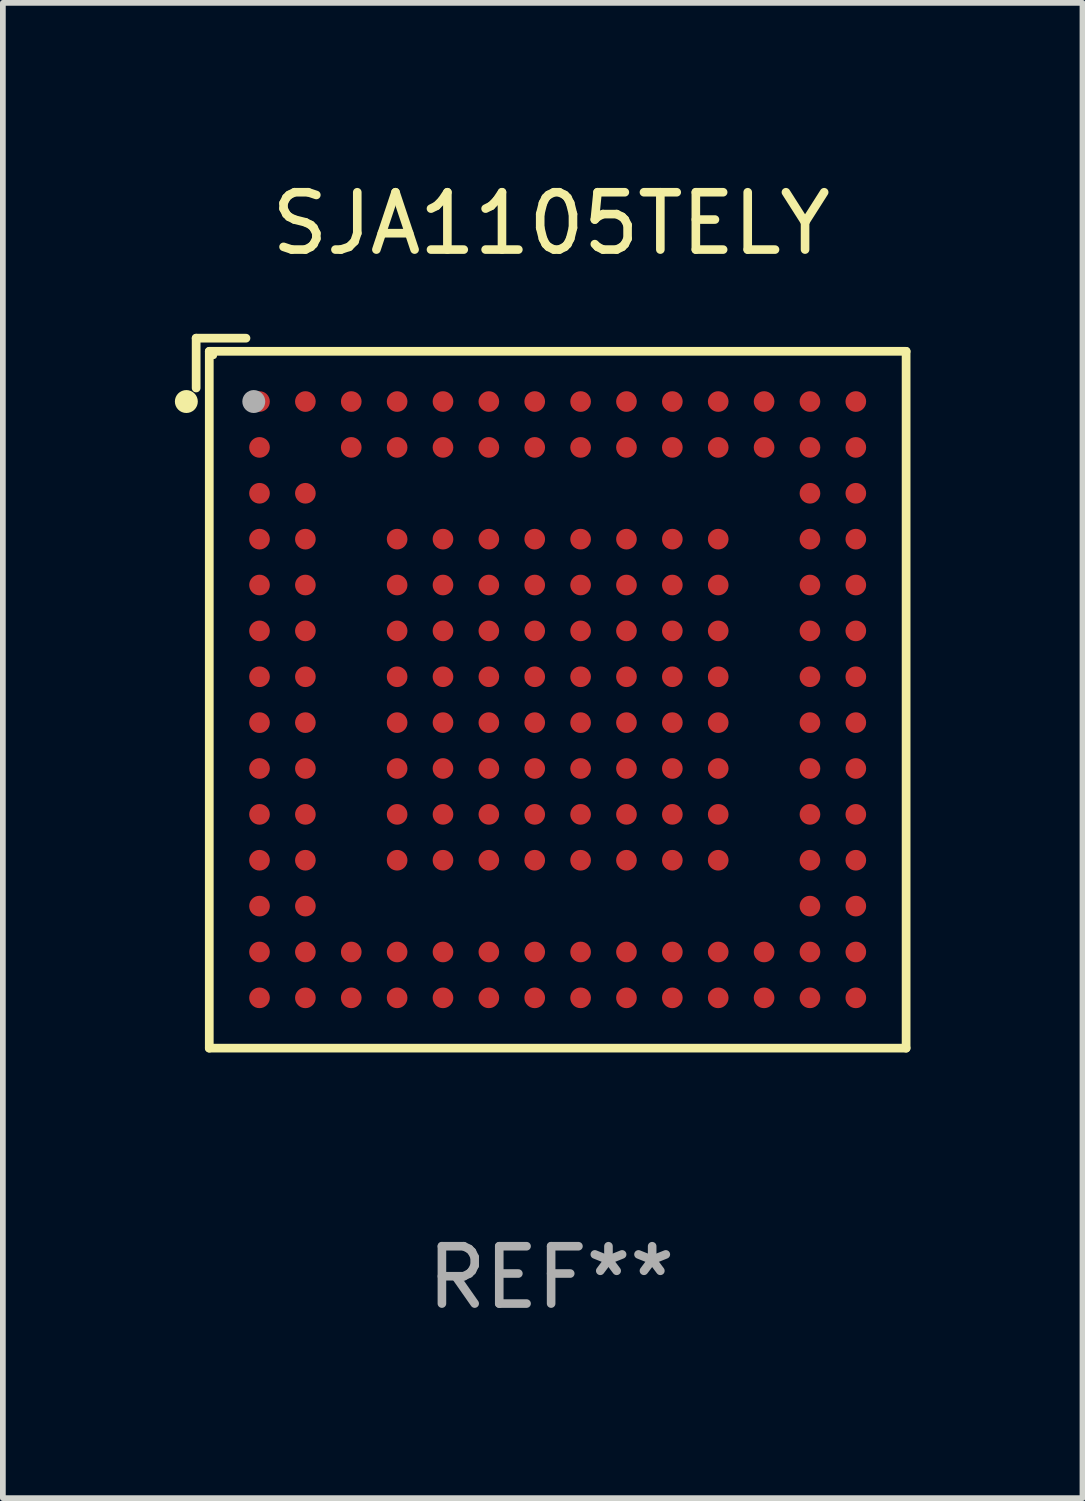
<source format=kicad_pcb>
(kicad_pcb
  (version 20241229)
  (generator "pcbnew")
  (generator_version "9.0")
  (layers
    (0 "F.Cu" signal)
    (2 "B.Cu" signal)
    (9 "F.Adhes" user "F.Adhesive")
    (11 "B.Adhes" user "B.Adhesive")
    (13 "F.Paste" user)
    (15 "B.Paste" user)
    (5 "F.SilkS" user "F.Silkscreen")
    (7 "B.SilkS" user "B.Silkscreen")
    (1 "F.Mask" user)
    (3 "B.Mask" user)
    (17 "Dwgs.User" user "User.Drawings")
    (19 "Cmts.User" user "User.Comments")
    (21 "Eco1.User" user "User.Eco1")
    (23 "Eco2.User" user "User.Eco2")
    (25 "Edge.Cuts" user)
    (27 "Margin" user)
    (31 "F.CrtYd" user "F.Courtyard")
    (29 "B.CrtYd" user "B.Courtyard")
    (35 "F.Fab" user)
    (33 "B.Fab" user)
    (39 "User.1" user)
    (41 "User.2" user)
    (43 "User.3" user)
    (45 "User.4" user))
  (footprint "SJA1105TELY"
    (layer "F.Cu")
    (at 6.562 9.039)
    (property "Reference" "SJA1105TELY" (at 0 -8.191 0) (layer "F.SilkS") (effects (font (size 1 1) (thickness 0.15))))
    (attr through_hole)
    (fp_line (start -6.191 -6.191) (end -6.191 -5.322) (stroke (width 0.152) (type solid)) (layer "F.SilkS"))
    (fp_line (start -5.962 -5.962) (end 6.191 -5.962) (stroke (width 0.152) (type solid)) (layer "F.SilkS"))
    (fp_line (start -5.962 6.191) (end -5.962 -5.962) (stroke (width 0.152) (type solid)) (layer "F.SilkS"))
    (fp_line (start -5.322 -6.191) (end -6.191 -6.191) (stroke (width 0.152) (type solid)) (layer "F.SilkS"))
    (fp_line (start 6.191 -5.962) (end 6.191 6.191) (stroke (width 0.152) (type solid)) (layer "F.SilkS"))
    (fp_line (start 6.191 6.191) (end -5.962 6.191) (stroke (width 0.152) (type solid)) (layer "F.SilkS"))
    (fp_circle (center -6.362 -5.086) (end -6.262 -5.086) (stroke (width 0.2) (type solid)) (fill no) (layer "F.SilkS"))
    (fp_circle (center -5.886 -5.886) (end -5.856 -5.886) (stroke (width 0.06) (type solid)) (fill no) (layer "F.SilkS"))
    (fp_circle (center -5.186 -5.086) (end -5.086 -5.086) (stroke (width 0.2) (type solid)) (fill no) (layer "F.Fab"))
    (fp_text user "REF**" (at 0 10.191 0) (layer "F.Fab") (effects (font (size 1 1) (thickness 0.15))))
    (pad "A1" smd circle (at -5.086 -5.086) (size 0.36 0.36) (layers "F.Cu" "F.Mask" "F.Paste"))
    (pad "A2" smd circle (at -4.286 -5.086) (size 0.36 0.36) (layers "F.Cu" "F.Mask" "F.Paste"))
    (pad "A3" smd circle (at -3.486 -5.086) (size 0.36 0.36) (layers "F.Cu" "F.Mask" "F.Paste"))
    (pad "A4" smd circle (at -2.686 -5.086) (size 0.36 0.36) (layers "F.Cu" "F.Mask" "F.Paste"))
    (pad "A5" smd circle (at -1.886 -5.086) (size 0.36 0.36) (layers "F.Cu" "F.Mask" "F.Paste"))
    (pad "A6" smd circle (at -1.086 -5.086) (size 0.36 0.36) (layers "F.Cu" "F.Mask" "F.Paste"))
    (pad "A7" smd circle (at -0.286 -5.086) (size 0.36 0.36) (layers "F.Cu" "F.Mask" "F.Paste"))
    (pad "A8" smd circle (at 0.514 -5.086) (size 0.36 0.36) (layers "F.Cu" "F.Mask" "F.Paste"))
    (pad "A9" smd circle (at 1.314 -5.086) (size 0.36 0.36) (layers "F.Cu" "F.Mask" "F.Paste"))
    (pad "A10" smd circle (at 2.114 -5.086) (size 0.36 0.36) (layers "F.Cu" "F.Mask" "F.Paste"))
    (pad "A11" smd circle (at 2.914 -5.086) (size 0.36 0.36) (layers "F.Cu" "F.Mask" "F.Paste"))
    (pad "A12" smd circle (at 3.714 -5.086) (size 0.36 0.36) (layers "F.Cu" "F.Mask" "F.Paste"))
    (pad "A13" smd circle (at 4.514 -5.086) (size 0.36 0.36) (layers "F.Cu" "F.Mask" "F.Paste"))
    (pad "A14" smd circle (at 5.314 -5.086) (size 0.36 0.36) (layers "F.Cu" "F.Mask" "F.Paste"))
    (pad "B1" smd circle (at -5.086 -4.286) (size 0.36 0.36) (layers "F.Cu" "F.Mask" "F.Paste"))
    (pad "B3" smd circle (at -3.486 -4.286) (size 0.36 0.36) (layers "F.Cu" "F.Mask" "F.Paste"))
    (pad "B4" smd circle (at -2.686 -4.286) (size 0.36 0.36) (layers "F.Cu" "F.Mask" "F.Paste"))
    (pad "B5" smd circle (at -1.886 -4.286) (size 0.36 0.36) (layers "F.Cu" "F.Mask" "F.Paste"))
    (pad "B6" smd circle (at -1.086 -4.286) (size 0.36 0.36) (layers "F.Cu" "F.Mask" "F.Paste"))
    (pad "B7" smd circle (at -0.286 -4.286) (size 0.36 0.36) (layers "F.Cu" "F.Mask" "F.Paste"))
    (pad "B8" smd circle (at 0.514 -4.286) (size 0.36 0.36) (layers "F.Cu" "F.Mask" "F.Paste"))
    (pad "B9" smd circle (at 1.314 -4.286) (size 0.36 0.36) (layers "F.Cu" "F.Mask" "F.Paste"))
    (pad "B10" smd circle (at 2.114 -4.286) (size 0.36 0.36) (layers "F.Cu" "F.Mask" "F.Paste"))
    (pad "B11" smd circle (at 2.914 -4.286) (size 0.36 0.36) (layers "F.Cu" "F.Mask" "F.Paste"))
    (pad "B12" smd circle (at 3.714 -4.286) (size 0.36 0.36) (layers "F.Cu" "F.Mask" "F.Paste"))
    (pad "B13" smd circle (at 4.514 -4.286) (size 0.36 0.36) (layers "F.Cu" "F.Mask" "F.Paste"))
    (pad "B14" smd circle (at 5.314 -4.286) (size 0.36 0.36) (layers "F.Cu" "F.Mask" "F.Paste"))
    (pad "C1" smd circle (at -5.086 -3.486) (size 0.36 0.36) (layers "F.Cu" "F.Mask" "F.Paste"))
    (pad "C2" smd circle (at -4.286 -3.486) (size 0.36 0.36) (layers "F.Cu" "F.Mask" "F.Paste"))
    (pad "C13" smd circle (at 4.514 -3.486) (size 0.36 0.36) (layers "F.Cu" "F.Mask" "F.Paste"))
    (pad "C14" smd circle (at 5.314 -3.486) (size 0.36 0.36) (layers "F.Cu" "F.Mask" "F.Paste"))
    (pad "D1" smd circle (at -5.086 -2.686) (size 0.36 0.36) (layers "F.Cu" "F.Mask" "F.Paste"))
    (pad "D2" smd circle (at -4.286 -2.686) (size 0.36 0.36) (layers "F.Cu" "F.Mask" "F.Paste"))
    (pad "D4" smd circle (at -2.686 -2.686) (size 0.36 0.36) (layers "F.Cu" "F.Mask" "F.Paste"))
    (pad "D5" smd circle (at -1.886 -2.686) (size 0.36 0.36) (layers "F.Cu" "F.Mask" "F.Paste"))
    (pad "D6" smd circle (at -1.086 -2.686) (size 0.36 0.36) (layers "F.Cu" "F.Mask" "F.Paste"))
    (pad "D7" smd circle (at -0.286 -2.686) (size 0.36 0.36) (layers "F.Cu" "F.Mask" "F.Paste"))
    (pad "D8" smd circle (at 0.514 -2.686) (size 0.36 0.36) (layers "F.Cu" "F.Mask" "F.Paste"))
    (pad "D9" smd circle (at 1.314 -2.686) (size 0.36 0.36) (layers "F.Cu" "F.Mask" "F.Paste"))
    (pad "D10" smd circle (at 2.114 -2.686) (size 0.36 0.36) (layers "F.Cu" "F.Mask" "F.Paste"))
    (pad "D11" smd circle (at 2.914 -2.686) (size 0.36 0.36) (layers "F.Cu" "F.Mask" "F.Paste"))
    (pad "D13" smd circle (at 4.514 -2.686) (size 0.36 0.36) (layers "F.Cu" "F.Mask" "F.Paste"))
    (pad "D14" smd circle (at 5.314 -2.686) (size 0.36 0.36) (layers "F.Cu" "F.Mask" "F.Paste"))
    (pad "E1" smd circle (at -5.086 -1.886) (size 0.36 0.36) (layers "F.Cu" "F.Mask" "F.Paste"))
    (pad "E2" smd circle (at -4.286 -1.886) (size 0.36 0.36) (layers "F.Cu" "F.Mask" "F.Paste"))
    (pad "E4" smd circle (at -2.686 -1.886) (size 0.36 0.36) (layers "F.Cu" "F.Mask" "F.Paste"))
    (pad "E5" smd circle (at -1.886 -1.886) (size 0.36 0.36) (layers "F.Cu" "F.Mask" "F.Paste"))
    (pad "E6" smd circle (at -1.086 -1.886) (size 0.36 0.36) (layers "F.Cu" "F.Mask" "F.Paste"))
    (pad "E7" smd circle (at -0.286 -1.886) (size 0.36 0.36) (layers "F.Cu" "F.Mask" "F.Paste"))
    (pad "E8" smd circle (at 0.514 -1.886) (size 0.36 0.36) (layers "F.Cu" "F.Mask" "F.Paste"))
    (pad "E9" smd circle (at 1.314 -1.886) (size 0.36 0.36) (layers "F.Cu" "F.Mask" "F.Paste"))
    (pad "E10" smd circle (at 2.114 -1.886) (size 0.36 0.36) (layers "F.Cu" "F.Mask" "F.Paste"))
    (pad "E11" smd circle (at 2.914 -1.886) (size 0.36 0.36) (layers "F.Cu" "F.Mask" "F.Paste"))
    (pad "E13" smd circle (at 4.514 -1.886) (size 0.36 0.36) (layers "F.Cu" "F.Mask" "F.Paste"))
    (pad "E14" smd circle (at 5.314 -1.886) (size 0.36 0.36) (layers "F.Cu" "F.Mask" "F.Paste"))
    (pad "F1" smd circle (at -5.086 -1.086) (size 0.36 0.36) (layers "F.Cu" "F.Mask" "F.Paste"))
    (pad "F2" smd circle (at -4.286 -1.086) (size 0.36 0.36) (layers "F.Cu" "F.Mask" "F.Paste"))
    (pad "F4" smd circle (at -2.686 -1.086) (size 0.36 0.36) (layers "F.Cu" "F.Mask" "F.Paste"))
    (pad "F5" smd circle (at -1.886 -1.086) (size 0.36 0.36) (layers "F.Cu" "F.Mask" "F.Paste"))
    (pad "F6" smd circle (at -1.086 -1.086) (size 0.36 0.36) (layers "F.Cu" "F.Mask" "F.Paste"))
    (pad "F7" smd circle (at -0.286 -1.086) (size 0.36 0.36) (layers "F.Cu" "F.Mask" "F.Paste"))
    (pad "F8" smd circle (at 0.514 -1.086) (size 0.36 0.36) (layers "F.Cu" "F.Mask" "F.Paste"))
    (pad "F9" smd circle (at 1.314 -1.086) (size 0.36 0.36) (layers "F.Cu" "F.Mask" "F.Paste"))
    (pad "F10" smd circle (at 2.114 -1.086) (size 0.36 0.36) (layers "F.Cu" "F.Mask" "F.Paste"))
    (pad "F11" smd circle (at 2.914 -1.086) (size 0.36 0.36) (layers "F.Cu" "F.Mask" "F.Paste"))
    (pad "F13" smd circle (at 4.514 -1.086) (size 0.36 0.36) (layers "F.Cu" "F.Mask" "F.Paste"))
    (pad "F14" smd circle (at 5.314 -1.086) (size 0.36 0.36) (layers "F.Cu" "F.Mask" "F.Paste"))
    (pad "G1" smd circle (at -5.086 -0.286) (size 0.36 0.36) (layers "F.Cu" "F.Mask" "F.Paste"))
    (pad "G2" smd circle (at -4.286 -0.286) (size 0.36 0.36) (layers "F.Cu" "F.Mask" "F.Paste"))
    (pad "G4" smd circle (at -2.686 -0.286) (size 0.36 0.36) (layers "F.Cu" "F.Mask" "F.Paste"))
    (pad "G5" smd circle (at -1.886 -0.286) (size 0.36 0.36) (layers "F.Cu" "F.Mask" "F.Paste"))
    (pad "G6" smd circle (at -1.086 -0.286) (size 0.36 0.36) (layers "F.Cu" "F.Mask" "F.Paste"))
    (pad "G7" smd circle (at -0.286 -0.286) (size 0.36 0.36) (layers "F.Cu" "F.Mask" "F.Paste"))
    (pad "G8" smd circle (at 0.514 -0.286) (size 0.36 0.36) (layers "F.Cu" "F.Mask" "F.Paste"))
    (pad "G9" smd circle (at 1.314 -0.286) (size 0.36 0.36) (layers "F.Cu" "F.Mask" "F.Paste"))
    (pad "G10" smd circle (at 2.114 -0.286) (size 0.36 0.36) (layers "F.Cu" "F.Mask" "F.Paste"))
    (pad "G11" smd circle (at 2.914 -0.286) (size 0.36 0.36) (layers "F.Cu" "F.Mask" "F.Paste"))
    (pad "G13" smd circle (at 4.514 -0.286) (size 0.36 0.36) (layers "F.Cu" "F.Mask" "F.Paste"))
    (pad "G14" smd circle (at 5.314 -0.286) (size 0.36 0.36) (layers "F.Cu" "F.Mask" "F.Paste"))
    (pad "H1" smd circle (at -5.086 0.514) (size 0.36 0.36) (layers "F.Cu" "F.Mask" "F.Paste"))
    (pad "H2" smd circle (at -4.286 0.514) (size 0.36 0.36) (layers "F.Cu" "F.Mask" "F.Paste"))
    (pad "H4" smd circle (at -2.686 0.514) (size 0.36 0.36) (layers "F.Cu" "F.Mask" "F.Paste"))
    (pad "H5" smd circle (at -1.886 0.514) (size 0.36 0.36) (layers "F.Cu" "F.Mask" "F.Paste"))
    (pad "H6" smd circle (at -1.086 0.514) (size 0.36 0.36) (layers "F.Cu" "F.Mask" "F.Paste"))
    (pad "H7" smd circle (at -0.286 0.514) (size 0.36 0.36) (layers "F.Cu" "F.Mask" "F.Paste"))
    (pad "H8" smd circle (at 0.514 0.514) (size 0.36 0.36) (layers "F.Cu" "F.Mask" "F.Paste"))
    (pad "H9" smd circle (at 1.314 0.514) (size 0.36 0.36) (layers "F.Cu" "F.Mask" "F.Paste"))
    (pad "H10" smd circle (at 2.114 0.514) (size 0.36 0.36) (layers "F.Cu" "F.Mask" "F.Paste"))
    (pad "H11" smd circle (at 2.914 0.514) (size 0.36 0.36) (layers "F.Cu" "F.Mask" "F.Paste"))
    (pad "H13" smd circle (at 4.514 0.514) (size 0.36 0.36) (layers "F.Cu" "F.Mask" "F.Paste"))
    (pad "H14" smd circle (at 5.314 0.514) (size 0.36 0.36) (layers "F.Cu" "F.Mask" "F.Paste"))
    (pad "J1" smd circle (at -5.086 1.314) (size 0.36 0.36) (layers "F.Cu" "F.Mask" "F.Paste"))
    (pad "J2" smd circle (at -4.286 1.314) (size 0.36 0.36) (layers "F.Cu" "F.Mask" "F.Paste"))
    (pad "J4" smd circle (at -2.686 1.314) (size 0.36 0.36) (layers "F.Cu" "F.Mask" "F.Paste"))
    (pad "J5" smd circle (at -1.886 1.314) (size 0.36 0.36) (layers "F.Cu" "F.Mask" "F.Paste"))
    (pad "J6" smd circle (at -1.086 1.314) (size 0.36 0.36) (layers "F.Cu" "F.Mask" "F.Paste"))
    (pad "J7" smd circle (at -0.286 1.314) (size 0.36 0.36) (layers "F.Cu" "F.Mask" "F.Paste"))
    (pad "J8" smd circle (at 0.514 1.314) (size 0.36 0.36) (layers "F.Cu" "F.Mask" "F.Paste"))
    (pad "J9" smd circle (at 1.314 1.314) (size 0.36 0.36) (layers "F.Cu" "F.Mask" "F.Paste"))
    (pad "J10" smd circle (at 2.114 1.314) (size 0.36 0.36) (layers "F.Cu" "F.Mask" "F.Paste"))
    (pad "J11" smd circle (at 2.914 1.314) (size 0.36 0.36) (layers "F.Cu" "F.Mask" "F.Paste"))
    (pad "J13" smd circle (at 4.514 1.314) (size 0.36 0.36) (layers "F.Cu" "F.Mask" "F.Paste"))
    (pad "J14" smd circle (at 5.314 1.314) (size 0.36 0.36) (layers "F.Cu" "F.Mask" "F.Paste"))
    (pad "K1" smd circle (at -5.086 2.114) (size 0.36 0.36) (layers "F.Cu" "F.Mask" "F.Paste"))
    (pad "K2" smd circle (at -4.286 2.114) (size 0.36 0.36) (layers "F.Cu" "F.Mask" "F.Paste"))
    (pad "K4" smd circle (at -2.686 2.114) (size 0.36 0.36) (layers "F.Cu" "F.Mask" "F.Paste"))
    (pad "K5" smd circle (at -1.886 2.114) (size 0.36 0.36) (layers "F.Cu" "F.Mask" "F.Paste"))
    (pad "K6" smd circle (at -1.086 2.114) (size 0.36 0.36) (layers "F.Cu" "F.Mask" "F.Paste"))
    (pad "K7" smd circle (at -0.286 2.114) (size 0.36 0.36) (layers "F.Cu" "F.Mask" "F.Paste"))
    (pad "K8" smd circle (at 0.514 2.114) (size 0.36 0.36) (layers "F.Cu" "F.Mask" "F.Paste"))
    (pad "K9" smd circle (at 1.314 2.114) (size 0.36 0.36) (layers "F.Cu" "F.Mask" "F.Paste"))
    (pad "K10" smd circle (at 2.114 2.114) (size 0.36 0.36) (layers "F.Cu" "F.Mask" "F.Paste"))
    (pad "K11" smd circle (at 2.914 2.114) (size 0.36 0.36) (layers "F.Cu" "F.Mask" "F.Paste"))
    (pad "K13" smd circle (at 4.514 2.114) (size 0.36 0.36) (layers "F.Cu" "F.Mask" "F.Paste"))
    (pad "K14" smd circle (at 5.314 2.114) (size 0.36 0.36) (layers "F.Cu" "F.Mask" "F.Paste"))
    (pad "L1" smd circle (at -5.086 2.914) (size 0.36 0.36) (layers "F.Cu" "F.Mask" "F.Paste"))
    (pad "L2" smd circle (at -4.286 2.914) (size 0.36 0.36) (layers "F.Cu" "F.Mask" "F.Paste"))
    (pad "L4" smd circle (at -2.686 2.914) (size 0.36 0.36) (layers "F.Cu" "F.Mask" "F.Paste"))
    (pad "L5" smd circle (at -1.886 2.914) (size 0.36 0.36) (layers "F.Cu" "F.Mask" "F.Paste"))
    (pad "L6" smd circle (at -1.086 2.914) (size 0.36 0.36) (layers "F.Cu" "F.Mask" "F.Paste"))
    (pad "L7" smd circle (at -0.286 2.914) (size 0.36 0.36) (layers "F.Cu" "F.Mask" "F.Paste"))
    (pad "L8" smd circle (at 0.514 2.914) (size 0.36 0.36) (layers "F.Cu" "F.Mask" "F.Paste"))
    (pad "L9" smd circle (at 1.314 2.914) (size 0.36 0.36) (layers "F.Cu" "F.Mask" "F.Paste"))
    (pad "L10" smd circle (at 2.114 2.914) (size 0.36 0.36) (layers "F.Cu" "F.Mask" "F.Paste"))
    (pad "L11" smd circle (at 2.914 2.914) (size 0.36 0.36) (layers "F.Cu" "F.Mask" "F.Paste"))
    (pad "L13" smd circle (at 4.514 2.914) (size 0.36 0.36) (layers "F.Cu" "F.Mask" "F.Paste"))
    (pad "L14" smd circle (at 5.314 2.914) (size 0.36 0.36) (layers "F.Cu" "F.Mask" "F.Paste"))
    (pad "M1" smd circle (at -5.086 3.714) (size 0.36 0.36) (layers "F.Cu" "F.Mask" "F.Paste"))
    (pad "M2" smd circle (at -4.286 3.714) (size 0.36 0.36) (layers "F.Cu" "F.Mask" "F.Paste"))
    (pad "M13" smd circle (at 4.514 3.714) (size 0.36 0.36) (layers "F.Cu" "F.Mask" "F.Paste"))
    (pad "M14" smd circle (at 5.314 3.714) (size 0.36 0.36) (layers "F.Cu" "F.Mask" "F.Paste"))
    (pad "N1" smd circle (at -5.086 4.514) (size 0.36 0.36) (layers "F.Cu" "F.Mask" "F.Paste"))
    (pad "N2" smd circle (at -4.286 4.514) (size 0.36 0.36) (layers "F.Cu" "F.Mask" "F.Paste"))
    (pad "N3" smd circle (at -3.486 4.514) (size 0.36 0.36) (layers "F.Cu" "F.Mask" "F.Paste"))
    (pad "N4" smd circle (at -2.686 4.514) (size 0.36 0.36) (layers "F.Cu" "F.Mask" "F.Paste"))
    (pad "N5" smd circle (at -1.886 4.514) (size 0.36 0.36) (layers "F.Cu" "F.Mask" "F.Paste"))
    (pad "N6" smd circle (at -1.086 4.514) (size 0.36 0.36) (layers "F.Cu" "F.Mask" "F.Paste"))
    (pad "N7" smd circle (at -0.286 4.514) (size 0.36 0.36) (layers "F.Cu" "F.Mask" "F.Paste"))
    (pad "N8" smd circle (at 0.514 4.514) (size 0.36 0.36) (layers "F.Cu" "F.Mask" "F.Paste"))
    (pad "N9" smd circle (at 1.314 4.514) (size 0.36 0.36) (layers "F.Cu" "F.Mask" "F.Paste"))
    (pad "N10" smd circle (at 2.114 4.514) (size 0.36 0.36) (layers "F.Cu" "F.Mask" "F.Paste"))
    (pad "N11" smd circle (at 2.914 4.514) (size 0.36 0.36) (layers "F.Cu" "F.Mask" "F.Paste"))
    (pad "N12" smd circle (at 3.714 4.514) (size 0.36 0.36) (layers "F.Cu" "F.Mask" "F.Paste"))
    (pad "N13" smd circle (at 4.514 4.514) (size 0.36 0.36) (layers "F.Cu" "F.Mask" "F.Paste"))
    (pad "N14" smd circle (at 5.314 4.514) (size 0.36 0.36) (layers "F.Cu" "F.Mask" "F.Paste"))
    (pad "P1" smd circle (at -5.086 5.314) (size 0.36 0.36) (layers "F.Cu" "F.Mask" "F.Paste"))
    (pad "P2" smd circle (at -4.286 5.314) (size 0.36 0.36) (layers "F.Cu" "F.Mask" "F.Paste"))
    (pad "P3" smd circle (at -3.486 5.314) (size 0.36 0.36) (layers "F.Cu" "F.Mask" "F.Paste"))
    (pad "P4" smd circle (at -2.686 5.314) (size 0.36 0.36) (layers "F.Cu" "F.Mask" "F.Paste"))
    (pad "P5" smd circle (at -1.886 5.314) (size 0.36 0.36) (layers "F.Cu" "F.Mask" "F.Paste"))
    (pad "P6" smd circle (at -1.086 5.314) (size 0.36 0.36) (layers "F.Cu" "F.Mask" "F.Paste"))
    (pad "P7" smd circle (at -0.286 5.314) (size 0.36 0.36) (layers "F.Cu" "F.Mask" "F.Paste"))
    (pad "P8" smd circle (at 0.514 5.314) (size 0.36 0.36) (layers "F.Cu" "F.Mask" "F.Paste"))
    (pad "P9" smd circle (at 1.314 5.314) (size 0.36 0.36) (layers "F.Cu" "F.Mask" "F.Paste"))
    (pad "P10" smd circle (at 2.114 5.314) (size 0.36 0.36) (layers "F.Cu" "F.Mask" "F.Paste"))
    (pad "P11" smd circle (at 2.914 5.314) (size 0.36 0.36) (layers "F.Cu" "F.Mask" "F.Paste"))
    (pad "P12" smd circle (at 3.714 5.314) (size 0.36 0.36) (layers "F.Cu" "F.Mask" "F.Paste"))
    (pad "P13" smd circle (at 4.514 5.314) (size 0.36 0.36) (layers "F.Cu" "F.Mask" "F.Paste"))
    (pad "P14" smd circle (at 5.314 5.314) (size 0.36 0.36) (layers "F.Cu" "F.Mask" "F.Paste")))
  (gr_rect
    (start -3 -3)
    (end 15.829 23.078)
    (stroke (width 0.1) (type default))
    (fill no)
    (layer "Edge.Cuts")))
</source>
